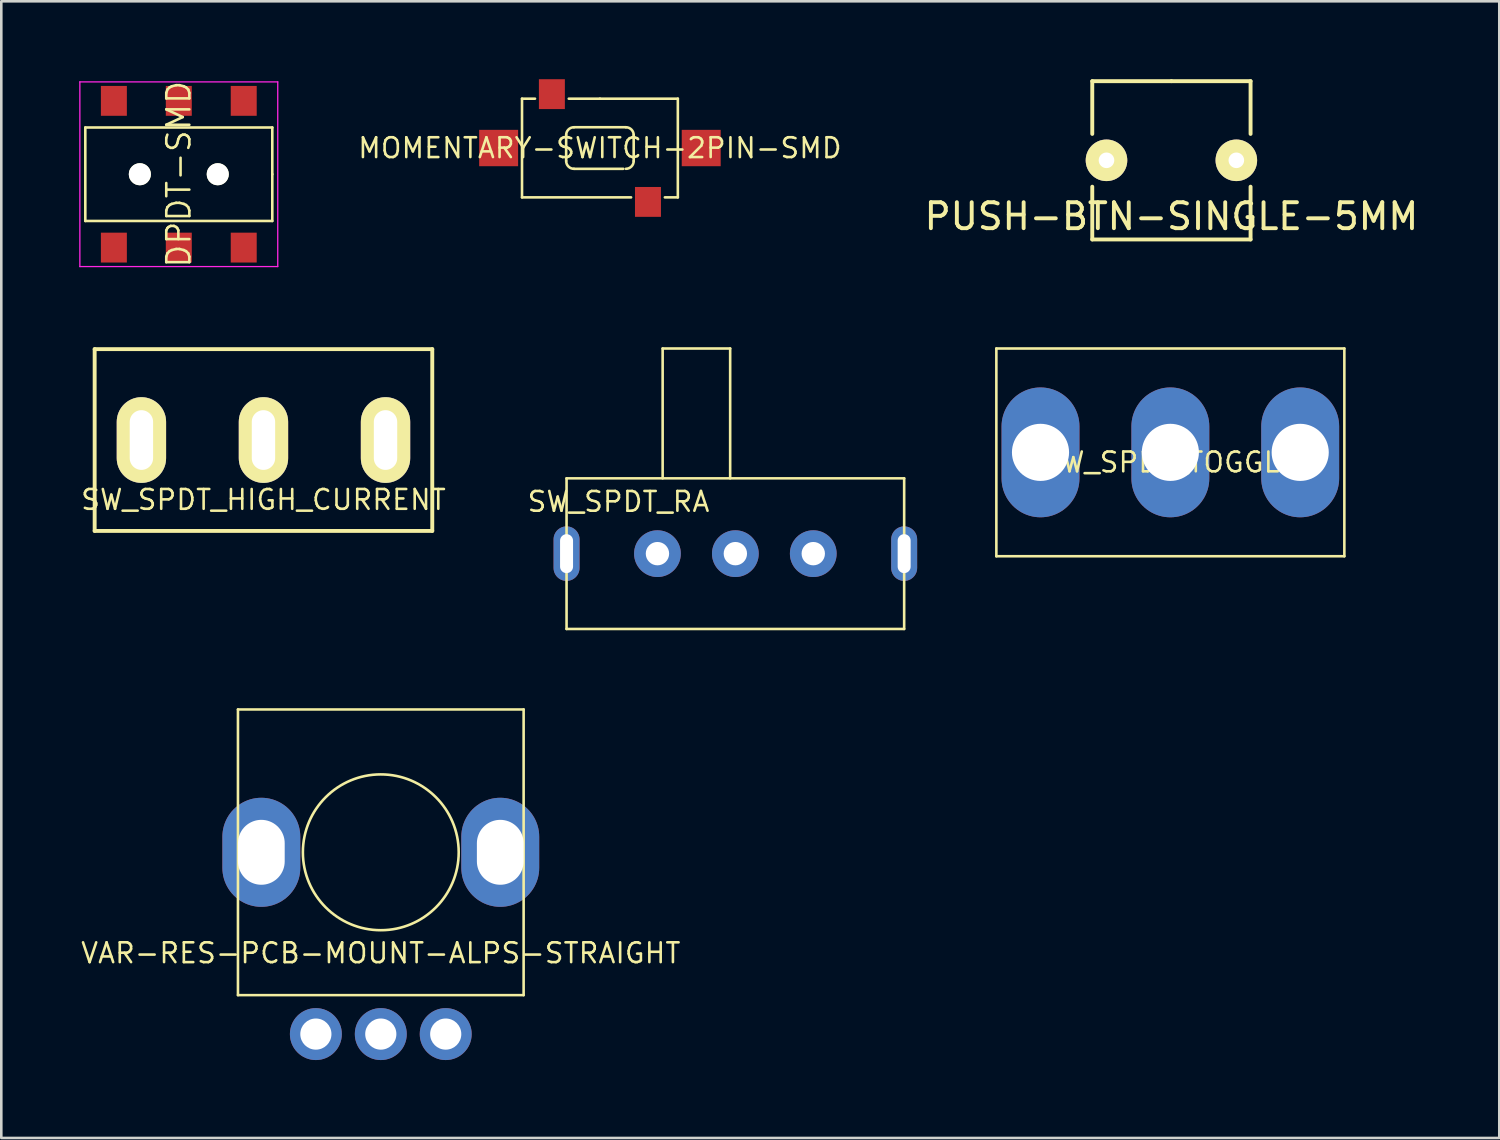
<source format=kicad_pcb>
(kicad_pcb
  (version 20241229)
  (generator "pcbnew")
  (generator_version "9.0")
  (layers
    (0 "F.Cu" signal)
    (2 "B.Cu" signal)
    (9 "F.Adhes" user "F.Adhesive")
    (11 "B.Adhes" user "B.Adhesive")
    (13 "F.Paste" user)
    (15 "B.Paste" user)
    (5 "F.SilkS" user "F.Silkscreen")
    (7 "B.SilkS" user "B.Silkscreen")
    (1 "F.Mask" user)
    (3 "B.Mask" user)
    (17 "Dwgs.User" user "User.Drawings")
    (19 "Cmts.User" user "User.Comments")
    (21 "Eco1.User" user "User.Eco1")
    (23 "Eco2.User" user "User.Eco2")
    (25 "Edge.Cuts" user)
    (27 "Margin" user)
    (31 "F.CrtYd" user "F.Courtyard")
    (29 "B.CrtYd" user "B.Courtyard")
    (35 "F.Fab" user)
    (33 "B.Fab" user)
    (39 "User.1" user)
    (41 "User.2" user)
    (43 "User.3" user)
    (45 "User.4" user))
  (footprint "VAR-RES-PCB-MOUNT-ALPS-STRAIGHT"
    (layer "F.Cu")
    (at 11.613 33.269)
    (property "Reference" "VAR-RES-PCB-MOUNT-ALPS-STRAIGHT" (at 0 0.381 0) (layer "F.SilkS") (effects (font (size 0.762 0.762) (thickness 0.1))))
    (attr through_hole)
    (fp_line (start -5.5 -9) (end 5.5 -9) (stroke (width 0.1) (type solid)) (layer "F.SilkS"))
    (fp_line (start -5.5 2) (end -5.5 -9) (stroke (width 0.1) (type solid)) (layer "F.SilkS"))
    (fp_line (start 5.5 -9) (end 5.5 2) (stroke (width 0.1) (type solid)) (layer "F.SilkS"))
    (fp_line (start 5.5 2) (end -5.5 2) (stroke (width 0.1) (type solid)) (layer "F.SilkS"))
    (fp_circle (center 0 -3.5) (end 3 -3.5) (stroke (width 0.1) (type solid)) (fill no) (layer "F.SilkS"))
    (pad "" thru_hole oval (at -4.6 -3.5) (size 3 4.2) (drill oval 1.8 2.5) (layers "*.Cu" "*.Mask"))
    (pad "" thru_hole oval (at 4.6 -3.5) (size 3 4.2) (drill oval 1.8 2.5) (layers "*.Cu" "*.Mask"))
    (pad "1" thru_hole circle (at -2.5 3.5) (size 2 2) (drill 1.2) (layers "*.Cu" "*.Mask"))
    (pad "2" thru_hole circle (at 0 3.5) (size 2 2) (drill 1.2) (layers "*.Cu" "*.Mask"))
    (pad "3" thru_hole circle (at 2.5 3.5) (size 2 2) (drill 1.2) (layers "*.Cu" "*.Mask")))
  (footprint "SW_SPDT_RA"
    (layer "F.Cu")
    (at 25.266 18.269)
    (property "Reference" "SW_SPDT_RA" (at -4.5 -2 0) (layer "F.SilkS") (effects (font (size 0.762 0.762) (thickness 0.1))))
    (attr through_hole)
    (fp_line (start -6.5 -2.9) (end 6.5 -2.9) (stroke (width 0.1) (type solid)) (layer "F.SilkS"))
    (fp_line (start -6.5 2.9) (end -6.5 -2.9) (stroke (width 0.1) (type solid)) (layer "F.SilkS"))
    (fp_line (start -2.8 -7.9) (end -0.2 -7.9) (stroke (width 0.1) (type solid)) (layer "F.SilkS"))
    (fp_line (start -2.8 -2.9) (end -2.8 -7.9) (stroke (width 0.1) (type solid)) (layer "F.SilkS"))
    (fp_line (start -0.2 -7.9) (end -0.2 -2.9) (stroke (width 0.1) (type solid)) (layer "F.SilkS"))
    (fp_line (start 6.5 -2.9) (end 6.5 2.9) (stroke (width 0.1) (type solid)) (layer "F.SilkS"))
    (fp_line (start 6.5 2.9) (end -6.5 2.9) (stroke (width 0.1) (type solid)) (layer "F.SilkS"))
    (pad "" thru_hole oval (at -6.5 0) (size 1 2.1) (drill oval 0.5 1.5) (layers "*.Cu" "*.Mask"))
    (pad "" thru_hole oval (at 6.5 0) (size 1 2.1) (drill oval 0.5 1.5) (layers "*.Cu" "*.Mask"))
    (pad "1" thru_hole circle (at -3 0) (size 1.8 1.8) (drill 0.9) (layers "*.Cu" "*.Mask"))
    (pad "2" thru_hole circle (at 0 0) (size 1.8 1.8) (drill 0.9) (layers "*.Cu" "*.Mask"))
    (pad "3" thru_hole circle (at 3 0) (size 1.8 1.8) (drill 0.9) (layers "*.Cu" "*.Mask")))
  (footprint "PUSH-BTN-SINGLE-5MM"
    (layer "F.Cu")
    (at 42.057 3.123)
    (property "Reference" "PUSH-BTN-SINGLE-5MM" (at 0 2.159 0) (layer "F.SilkS") (effects (font (size 1 1) (thickness 0.15))))
    (attr through_hole)
    (fp_line (start -3.048 -3.048) (end 0 -3.048) (stroke (width 0.15) (type solid)) (layer "F.SilkS"))
    (fp_line (start -3.048 -1.016) (end -3.048 -3.048) (stroke (width 0.15) (type solid)) (layer "F.SilkS"))
    (fp_line (start -3.048 3.048) (end -3.048 1.016) (stroke (width 0.15) (type solid)) (layer "F.SilkS"))
    (fp_line (start 0 -3.048) (end 3.048 -3.048) (stroke (width 0.15) (type solid)) (layer "F.SilkS"))
    (fp_line (start 3.048 -3.048) (end 3.048 -1.016) (stroke (width 0.15) (type solid)) (layer "F.SilkS"))
    (fp_line (start 3.048 1.016) (end 3.048 3.048) (stroke (width 0.15) (type solid)) (layer "F.SilkS"))
    (fp_line (start 3.048 3.048) (end -3.048 3.048) (stroke (width 0.15) (type solid)) (layer "F.SilkS"))
    (pad "1" thru_hole circle (at -2.5 0) (size 1.6 1.6) (drill 0.6) (layers "*.Cu" "*.Mask" "F.SilkS"))
    (pad "2" thru_hole circle (at 2.5 0) (size 1.6 1.6) (drill 0.6) (layers "*.Cu" "*.Mask" "F.SilkS")))
  (footprint "SW_SPDT_HIGH_CURRENT"
    (layer "F.Cu")
    (at 7.095 13.894)
    (property "Reference" "SW_SPDT_HIGH_CURRENT" (at 0 2.3 0) (layer "F.SilkS") (effects (font (size 0.762 0.762) (thickness 0.1))))
    (attr through_hole)
    (fp_line (start -6.5 -3.5) (end -6.5 3.5) (stroke (width 0.15) (type solid)) (layer "F.SilkS"))
    (fp_line (start -6.5 -3.5) (end 6.5 -3.5) (stroke (width 0.15) (type solid)) (layer "F.SilkS"))
    (fp_line (start -6.5 3.5) (end 6.5 3.5) (stroke (width 0.15) (type solid)) (layer "F.SilkS"))
    (fp_line (start 6.5 -3.5) (end 6.5 3.5) (stroke (width 0.15) (type solid)) (layer "F.SilkS"))
    (pad "1" thru_hole oval (at -4.7 0) (size 1.9 3.3) (drill oval 0.9 2.3) (layers "*.Cu" "*.Mask" "F.SilkS"))
    (pad "2" thru_hole oval (at 0 0) (size 1.9 3.3) (drill oval 0.9 2.3) (layers "*.Cu" "*.Mask" "F.SilkS"))
    (pad "3" thru_hole oval (at 4.7 0) (size 1.9 3.3) (drill oval 0.9 2.3) (layers "*.Cu" "*.Mask" "F.SilkS")))
  (footprint "DPDT-SMD"
    (layer "F.Cu")
    (at 3.835 3.659)
    (property "Reference" "DPDT-SMD" (at 0 0 90) (layer "F.SilkS") (effects (font (size 0.889 0.889) (thickness 0.1))))
    (attr smd)
    (fp_line (start -3.6 -1.8) (end -3.6 1.8) (stroke (width 0.1) (type solid)) (layer "F.SilkS"))
    (fp_line (start -3.6 1.8) (end 3.6 1.8) (stroke (width 0.1) (type solid)) (layer "F.SilkS"))
    (fp_line (start 3.6 -1.8) (end -3.6 -1.8) (stroke (width 0.1) (type solid)) (layer "F.SilkS"))
    (fp_line (start 3.6 0) (end 3.6 -1.8) (stroke (width 0.1) (type solid)) (layer "F.SilkS"))
    (fp_line (start 3.6 1.8) (end 3.6 0) (stroke (width 0.1) (type solid)) (layer "F.SilkS"))
    (fp_line (start -3.81 -3.556) (end 3.81 -3.556) (stroke (width 0.05) (type solid)) (layer "F.CrtYd"))
    (fp_line (start -3.81 3.556) (end -3.81 -3.556) (stroke (width 0.05) (type solid)) (layer "F.CrtYd"))
    (fp_line (start 3.81 -3.556) (end 3.81 3.556) (stroke (width 0.05) (type solid)) (layer "F.CrtYd"))
    (fp_line (start 3.81 3.556) (end -3.81 3.556) (stroke (width 0.05) (type solid)) (layer "F.CrtYd"))
    (pad "" np_thru_hole circle (at -1.5 0) (size 0.85 0.85) (drill 0.85) (layers "*.Cu" "*.Mask" "F.SilkS"))
    (pad "" np_thru_hole circle (at 1.5 0) (size 0.85 0.85) (drill 0.85) (layers "*.Cu" "*.Mask" "F.SilkS"))
    (pad "1" smd rect (at -2.5 -2.825) (size 1 1.15) (layers "F.Cu" "F.Mask" "F.Paste"))
    (pad "2" smd rect (at 0 -2.825) (size 1 1.15) (layers "F.Cu" "F.Mask" "F.Paste"))
    (pad "3" smd rect (at 2.5 -2.825) (size 1 1.15) (layers "F.Cu" "F.Mask" "F.Paste"))
    (pad "4" smd rect (at -2.5 2.825) (size 1 1.15) (layers "F.Cu" "F.Mask" "F.Paste"))
    (pad "5" smd rect (at 0 2.825) (size 1 1.15) (layers "F.Cu" "F.Mask" "F.Paste"))
    (pad "6" smd rect (at 2.5 2.825) (size 1 1.15) (layers "F.Cu" "F.Mask" "F.Paste")))
  (footprint "MOMENTARY-SWITCH-2PIN-SMD"
    (layer "F.Cu")
    (at 20.051 2.65)
    (property "Reference" "MOMENTARY-SWITCH-2PIN-SMD" (at 0 0 0) (layer "F.SilkS") (effects (font (size 0.762 0.762) (thickness 0.1))))
    (attr through_hole)
    (fp_line (start -3 -1.9) (end -2.5 -1.9) (stroke (width 0.1) (type solid)) (layer "F.SilkS"))
    (fp_line (start -3 1.9) (end -3 -1.9) (stroke (width 0.1) (type solid)) (layer "F.SilkS"))
    (fp_line (start -1.3 0.5) (end -1.3 -0.5) (stroke (width 0.1) (type solid)) (layer "F.SilkS"))
    (fp_line (start -1.2 -1.9) (end 0 -1.9) (stroke (width 0.1) (type solid)) (layer "F.SilkS"))
    (fp_line (start -1 -0.8) (end 1 -0.8) (stroke (width 0.1) (type solid)) (layer "F.SilkS"))
    (fp_line (start 0 -1.9) (end 3 -1.9) (stroke (width 0.1) (type solid)) (layer "F.SilkS"))
    (fp_line (start 0.9 0.8) (end -1 0.8) (stroke (width 0.1) (type solid)) (layer "F.SilkS"))
    (fp_line (start 1.2 1.9) (end -3 1.9) (stroke (width 0.1) (type solid)) (layer "F.SilkS"))
    (fp_line (start 1.3 -0.5) (end 1.3 0.5) (stroke (width 0.1) (type solid)) (layer "F.SilkS"))
    (fp_line (start 2.5 1.9) (end 3 1.9) (stroke (width 0.1) (type solid)) (layer "F.SilkS"))
    (fp_line (start 3 -1.9) (end 3 1.9) (stroke (width 0.1) (type solid)) (layer "F.SilkS"))
    (fp_arc (start -1.3 -0.5) (mid -1.212132 -0.712132) (end -1 -0.8) (stroke (width 0.1) (type solid)) (layer "F.SilkS"))
    (fp_arc (start -1 0.8) (mid -1.212132 0.712132) (end -1.3 0.5) (stroke (width 0.1) (type solid)) (layer "F.SilkS"))
    (fp_arc (start 1 -0.8) (mid 1.212132 -0.712132) (end 1.3 -0.5) (stroke (width 0.1) (type solid)) (layer "F.SilkS"))
    (fp_arc (start 1.3 0.5) (mid 1.212132 0.712132) (end 1 0.8) (stroke (width 0.1) (type solid)) (layer "F.SilkS"))
    (pad "1" smd rect (at -3.9 0) (size 1.5 1.4) (layers "F.Cu" "F.Mask" "F.Paste"))
    (pad "2" smd rect (at 3.9 0) (size 1.5 1.4) (layers "F.Cu" "F.Mask" "F.Paste"))
    (pad "3" smd rect (at -1.85 -2.075) (size 1 1.15) (layers "F.Cu" "F.Mask" "F.Paste"))
    (pad "3" smd rect (at 1.85 2.075) (size 1 1.15) (layers "F.Cu" "F.Mask" "F.Paste")))
  (footprint "SW_SPDT_TOGGLE"
    (layer "F.Cu")
    (at 42.016 14.369)
    (property "Reference" "SW_SPDT_TOGGLE" (at 0 0.381 0) (layer "F.SilkS") (effects (font (size 0.762 0.762) (thickness 0.1))))
    (attr through_hole)
    (fp_line (start -6.7 -4) (end 6.7 -4) (stroke (width 0.1) (type solid)) (layer "F.SilkS"))
    (fp_line (start -6.7 4) (end -6.7 -4) (stroke (width 0.1) (type solid)) (layer "F.SilkS"))
    (fp_line (start 6.7 -4) (end 6.7 4) (stroke (width 0.1) (type solid)) (layer "F.SilkS"))
    (fp_line (start 6.7 4) (end -6.7 4) (stroke (width 0.1) (type solid)) (layer "F.SilkS"))
    (pad "1" thru_hole oval (at -5 0) (size 3 5) (drill 2.2) (layers "*.Cu" "*.Mask"))
    (pad "2" thru_hole oval (at 0 0) (size 3 5) (drill 2.2) (layers "*.Cu" "*.Mask"))
    (pad "3" thru_hole oval (at 5 0) (size 3 5) (drill 2.2) (layers "*.Cu" "*.Mask")))
  (gr_rect
    (start -3 -3)
    (end 54.682 40.769)
    (stroke (width 0.1) (type default))
    (fill no)
    (layer "Edge.Cuts")))
</source>
